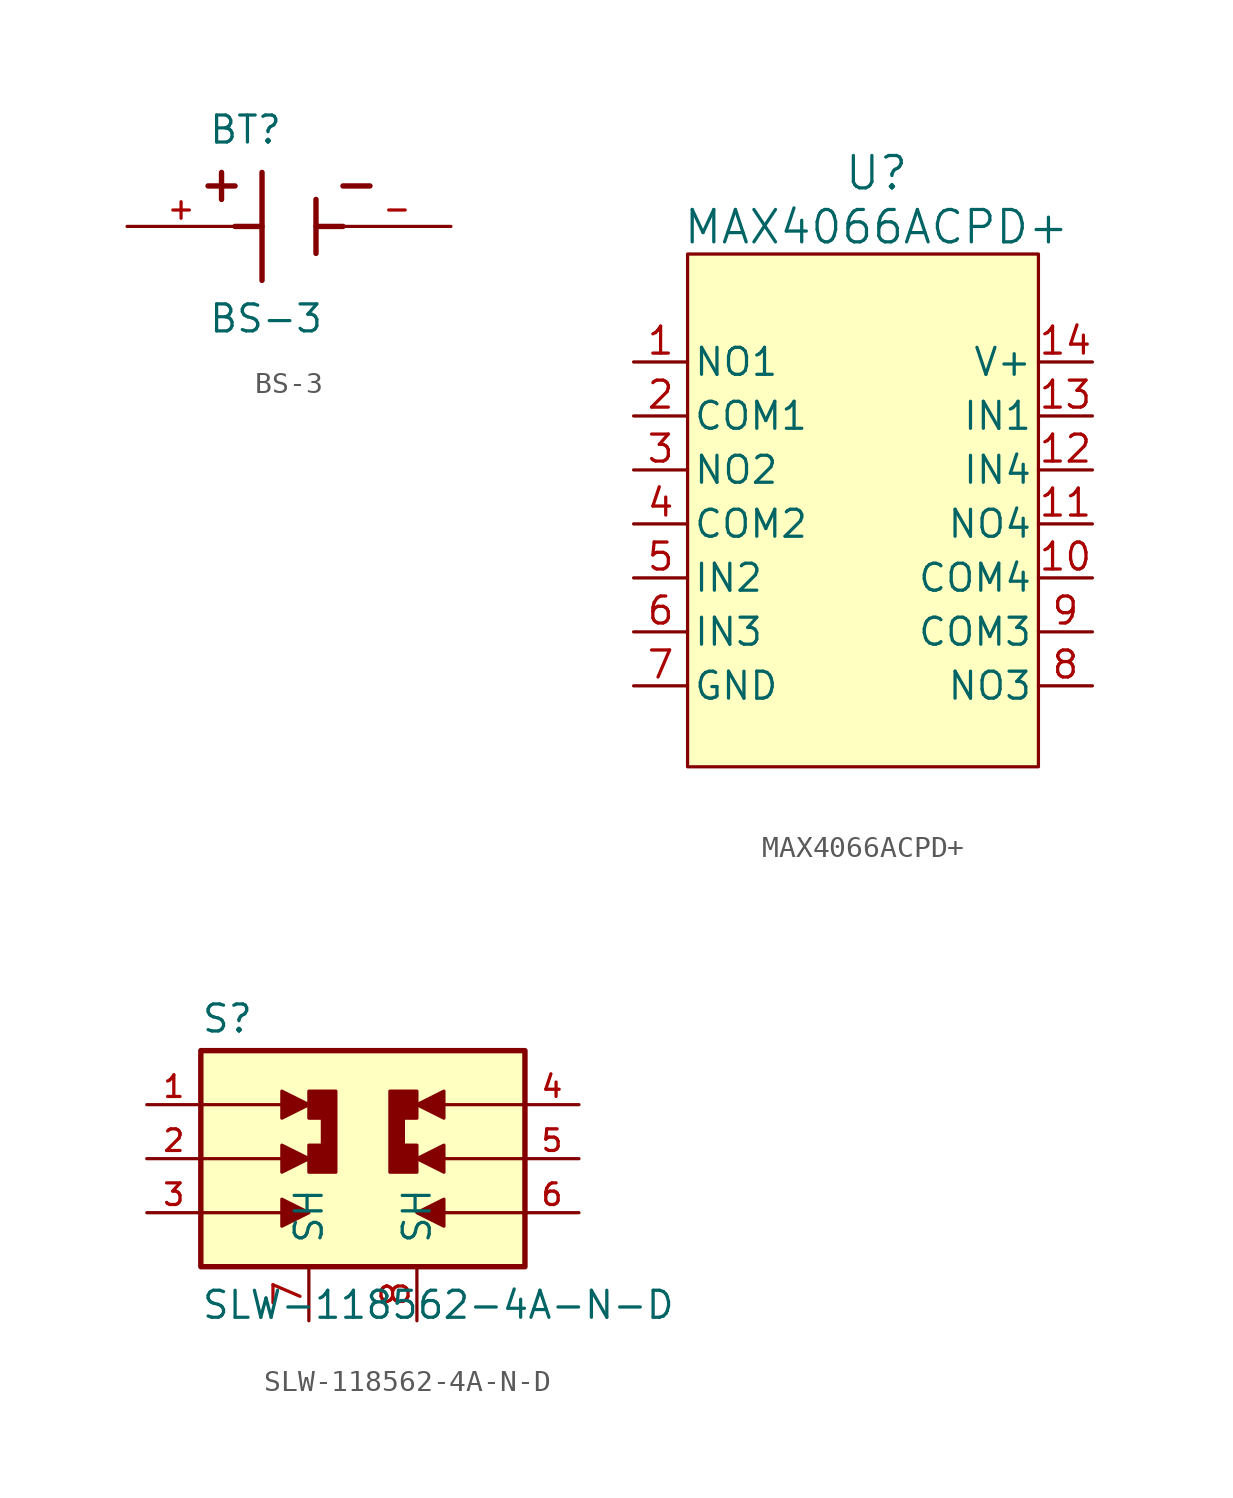
<source format=kicad_sym>
(kicad_symbol_lib
  (version 20241209)
  (generator "kicad_symbol_editor")
  (generator_version "9.0")
  (symbol "BS-3"
    (pin_names
      (offset 1.016))
    (property "Reference" "BT"
      (at -3.81 3.81 0)
      (effects (font (size 1.27 1.27)) (justify left bottom)))
    (property "Value" "BS-3"
      (at -3.81 -5.08 0)
      (effects (font (size 1.27 1.27)) (justify left bottom)))
    (symbol "BS-3_0_0"
      (polyline (pts (xy -3.81 1.905) (xy -2.54 1.905)) (stroke (width 0.254) (type default)) (fill (type none)))
      (polyline (pts (xy -3.175 2.54) (xy -3.175 1.27)) (stroke (width 0.254) (type default)) (fill (type none)))
      (polyline (pts (xy -1.27 2.54) (xy -1.27 -2.54)) (stroke (width 0.254) (type default)) (fill (type none)))
      (polyline (pts (xy -1.27 0) (xy -2.54 0)) (stroke (width 0.254) (type default)) (fill (type none)))
      (polyline (pts (xy 1.27 1.27) (xy 1.27 -1.27)) (stroke (width 0.254) (type default)) (fill (type none)))
      (polyline (pts (xy 1.27 0) (xy 2.54 0)) (stroke (width 0.254) (type default)) (fill (type none)))
      (polyline (pts (xy 2.54 1.905) (xy 3.81 1.905)) (stroke (width 0.254) (type default)) (fill (type none)))
      (pin passive line (at -7.62 0 0) (length 5.08) (name "~" (effects (font (size 1.016 1.016)))) (number "+" (effects (font (size 1.016 1.016)))))
      (pin passive line (at 7.62 0 180) (length 5.08) (name "~" (effects (font (size 1.016 1.016)))) (number "-" (effects (font (size 1.016 1.016)))))))
  (symbol "MAX4066ACPD+"
    (pin_names
      (offset 0.254))
    (property "Reference" "U"
      (at 8.89 29.21 0)
      (effects (font (size 1.524 1.524))))
    (property "Value" "MAX4066ACPD+"
      (at 8.89 26.67 0)
      (effects (font (size 1.524 1.524))))
    (property "ki_locked" ""
      (at 0 0 0)
      (effects (font (size 1.27 1.27))))
    (symbol "MAX4066ACPD+_0_1"
      (rectangle (start 0 25.4) (end 16.51 1.27) (stroke (width 0) (type default)) (fill (type background)))
      (pin unspecified line (at -2.54 20.32 0) (length 2.54) (name "NO1" (effects (font (size 1.27 1.27)))) (number "1" (effects (font (size 1.27 1.27)))))
      (pin unspecified line (at -2.54 17.78 0) (length 2.54) (name "COM1" (effects (font (size 1.27 1.27)))) (number "2" (effects (font (size 1.27 1.27)))))
      (pin unspecified line (at -2.54 15.24 0) (length 2.54) (name "NO2" (effects (font (size 1.27 1.27)))) (number "3" (effects (font (size 1.27 1.27)))))
      (pin unspecified line (at -2.54 12.7 0) (length 2.54) (name "COM2" (effects (font (size 1.27 1.27)))) (number "4" (effects (font (size 1.27 1.27)))))
      (pin input line (at -2.54 10.16 0) (length 2.54) (name "IN2" (effects (font (size 1.27 1.27)))) (number "5" (effects (font (size 1.27 1.27)))))
      (pin input line (at -2.54 7.62 0) (length 2.54) (name "IN3" (effects (font (size 1.27 1.27)))) (number "6" (effects (font (size 1.27 1.27)))))
      (pin power_in line (at -2.54 5.08 0) (length 2.54) (name "GND" (effects (font (size 1.27 1.27)))) (number "7" (effects (font (size 1.27 1.27)))))
      (pin power_in line (at 19.05 20.32 180) (length 2.54) (name "V+" (effects (font (size 1.27 1.27)))) (number "14" (effects (font (size 1.27 1.27)))))
      (pin input line (at 19.05 17.78 180) (length 2.54) (name "IN1" (effects (font (size 1.27 1.27)))) (number "13" (effects (font (size 1.27 1.27)))))
      (pin input line (at 19.05 15.24 180) (length 2.54) (name "IN4" (effects (font (size 1.27 1.27)))) (number "12" (effects (font (size 1.27 1.27)))))
      (pin unspecified line (at 19.05 12.7 180) (length 2.54) (name "NO4" (effects (font (size 1.27 1.27)))) (number "11" (effects (font (size 1.27 1.27)))))
      (pin unspecified line (at 19.05 10.16 180) (length 2.54) (name "COM4" (effects (font (size 1.27 1.27)))) (number "10" (effects (font (size 1.27 1.27)))))
      (pin unspecified line (at 19.05 7.62 180) (length 2.54) (name "COM3" (effects (font (size 1.27 1.27)))) (number "9" (effects (font (size 1.27 1.27)))))
      (pin unspecified line (at 19.05 5.08 180) (length 2.54) (name "NO3" (effects (font (size 1.27 1.27)))) (number "8" (effects (font (size 1.27 1.27)))))))
  (symbol "SLW-118562-4A-N-D"
    (pin_names
      (offset 1.016))
    (property "Reference" "S"
      (at -7.62 5.842 0)
      (effects (font (size 1.27 1.27)) (justify left bottom)))
    (property "Value" "SLW-118562-4A-N-D"
      (at -7.62 -7.62 0)
      (effects (font (size 1.27 1.27)) (justify left bottom)))
    (symbol "SLW-118562-4A-N-D_0_0"
      (polyline (pts (xy -7.62 2.54) (xy -3.81 2.54)) (stroke (width 0.152) (type default)) (fill (type none)))
      (polyline (pts (xy -7.62 0) (xy -3.81 0)) (stroke (width 0.152) (type default)) (fill (type none)))
      (polyline (pts (xy -7.62 -2.54) (xy -3.81 -2.54)) (stroke (width 0.152) (type default)) (fill (type none)))
      (rectangle (start -7.62 -5.08) (end 7.62 5.08) (stroke (width 0.254) (type default)) (fill (type background)))
      (polyline (pts (xy -3.81 3.175) (xy -3.81 1.905) (xy -2.54 2.54) (xy -3.81 3.175)) (stroke (width 0.152) (type default)) (fill (type outline)))
      (polyline (pts (xy -3.81 0.635) (xy -3.81 -0.635) (xy -2.54 0) (xy -3.81 0.635)) (stroke (width 0.152) (type default)) (fill (type outline)))
      (polyline (pts (xy -3.81 -1.905) (xy -3.81 -3.175) (xy -2.54 -2.54) (xy -3.81 -1.905)) (stroke (width 0.152) (type default)) (fill (type outline)))
      (polyline (pts (xy -2.54 1.905) (xy -2.54 3.175) (xy -1.27 3.175) (xy -1.27 -0.635) (xy -2.54 -0.635) (xy -2.54 0.635) (xy -1.905 0.635) (xy -1.905 1.905) (xy -2.54 1.905)) (stroke (width 0.152) (type default)) (fill (type outline)))
      (polyline (pts (xy 2.54 1.905) (xy 2.54 3.175) (xy 1.27 3.175) (xy 1.27 -0.635) (xy 2.54 -0.635) (xy 2.54 0.635) (xy 1.905 0.635) (xy 1.905 1.905) (xy 2.54 1.905)) (stroke (width 0.152) (type default)) (fill (type outline)))
      (polyline (pts (xy 3.81 3.175) (xy 3.81 1.905) (xy 2.54 2.54) (xy 3.81 3.175)) (stroke (width 0.152) (type default)) (fill (type outline)))
      (polyline (pts (xy 3.81 0.635) (xy 3.81 -0.635) (xy 2.54 0) (xy 3.81 0.635)) (stroke (width 0.152) (type default)) (fill (type outline)))
      (polyline (pts (xy 3.81 -1.905) (xy 3.81 -3.175) (xy 2.54 -2.54) (xy 3.81 -1.905)) (stroke (width 0.152) (type default)) (fill (type outline)))
      (polyline (pts (xy 7.62 2.54) (xy 3.81 2.54)) (stroke (width 0.152) (type default)) (fill (type none)))
      (polyline (pts (xy 7.62 0) (xy 3.81 0)) (stroke (width 0.152) (type default)) (fill (type none)))
      (polyline (pts (xy 7.62 -2.54) (xy 3.81 -2.54)) (stroke (width 0.152) (type default)) (fill (type none)))
      (pin passive line (at -10.16 2.54 0) (length 2.54) (name "~" (effects (font (size 1.016 1.016)))) (number "1" (effects (font (size 1.016 1.016)))))
      (pin passive line (at -10.16 0 0) (length 2.54) (name "~" (effects (font (size 1.016 1.016)))) (number "2" (effects (font (size 1.016 1.016)))))
      (pin passive line (at -10.16 -2.54 0) (length 2.54) (name "~" (effects (font (size 1.016 1.016)))) (number "3" (effects (font (size 1.016 1.016)))))
      (pin passive line (at 10.16 2.54 180) (length 2.54) (name "~" (effects (font (size 1.016 1.016)))) (number "4" (effects (font (size 1.016 1.016)))))
      (pin passive line (at 10.16 0 180) (length 2.54) (name "~" (effects (font (size 1.016 1.016)))) (number "5" (effects (font (size 1.016 1.016)))))
      (pin passive line (at 10.16 -2.54 180) (length 2.54) (name "~" (effects (font (size 1.016 1.016)))) (number "6" (effects (font (size 1.016 1.016))))))
    (symbol "SLW-118562-4A-N-D_1_1"
      (pin passive line (at -2.54 -7.62 90) (length 2.54) (name "SH" (effects (font (size 1.27 1.27)))) (number "7" (effects (font (size 1.27 1.27)))))
      (pin passive line (at 2.54 -7.62 90) (length 2.54) (name "SH" (effects (font (size 1.27 1.27)))) (number "8" (effects (font (size 1.27 1.27))))))))
</source>
